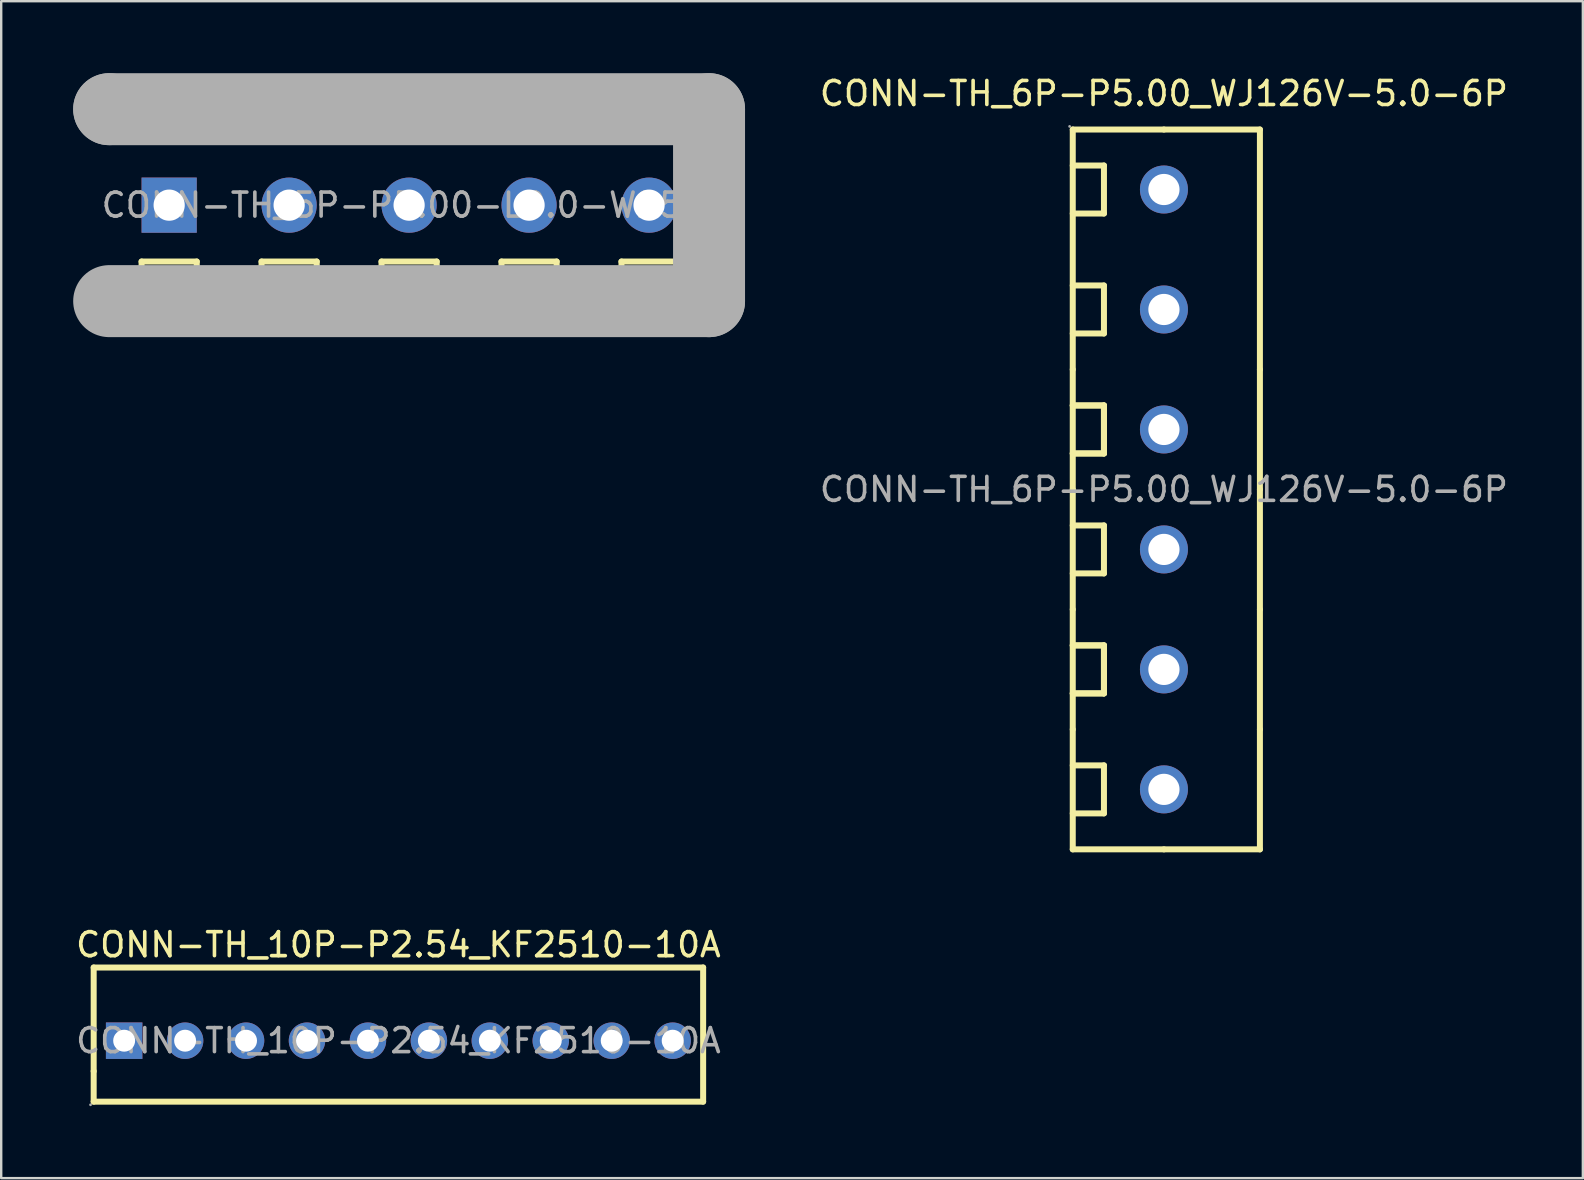
<source format=kicad_pcb>
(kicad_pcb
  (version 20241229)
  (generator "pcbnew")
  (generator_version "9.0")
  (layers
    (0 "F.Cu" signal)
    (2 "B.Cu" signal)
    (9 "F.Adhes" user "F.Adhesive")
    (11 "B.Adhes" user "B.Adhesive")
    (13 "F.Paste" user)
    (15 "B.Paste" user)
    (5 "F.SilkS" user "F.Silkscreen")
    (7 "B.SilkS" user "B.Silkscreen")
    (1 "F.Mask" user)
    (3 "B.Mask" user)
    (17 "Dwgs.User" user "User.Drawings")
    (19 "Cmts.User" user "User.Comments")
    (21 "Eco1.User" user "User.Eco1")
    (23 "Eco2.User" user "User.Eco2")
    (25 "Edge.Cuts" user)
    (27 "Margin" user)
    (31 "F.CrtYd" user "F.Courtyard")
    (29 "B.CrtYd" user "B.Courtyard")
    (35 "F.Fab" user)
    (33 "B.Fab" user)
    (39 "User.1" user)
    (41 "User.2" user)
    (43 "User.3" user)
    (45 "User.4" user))
  (footprint "CONN-TH_10P-P2.54_KF2510-10A"
    (layer "F.Cu")
    (at 13.554 40.322)
    (property "Reference" "CONN-TH_10P-P2.54_KF2510-10A" (at 0 -4 0) (layer "F.SilkS") (effects (font (size 1 1) (thickness 0.15))))
    (attr through_hole)
    (fp_line (start -12.7 -3.05) (end -12.7 1.27) (stroke (width 0.25) (type solid)) (layer "F.SilkS"))
    (fp_line (start -12.7 1.27) (end -12.7 2.54) (stroke (width 0.25) (type solid)) (layer "F.SilkS"))
    (fp_line (start -12.7 2.54) (end 12.7 2.54) (stroke (width 0.25) (type solid)) (layer "F.SilkS"))
    (fp_line (start 12.7 -3.05) (end -12.7 -3.05) (stroke (width 0.25) (type solid)) (layer "F.SilkS"))
    (fp_line (start 12.7 2.54) (end 12.7 -3.05) (stroke (width 0.25) (type solid)) (layer "F.SilkS"))
    (fp_circle (center -12.83 2.67) (end -12.8 2.67) (stroke (width 0.06) (type solid)) (fill no) (layer "F.Fab"))
    (fp_circle (center -11.43 0) (end -11.25 0) (stroke (width 0.36) (type solid)) (fill no) (layer "F.Fab"))
    (fp_circle (center -8.89 0) (end -8.71 0) (stroke (width 0.36) (type solid)) (fill no) (layer "F.Fab"))
    (fp_circle (center -6.35 0) (end -6.17 0) (stroke (width 0.36) (type solid)) (fill no) (layer "F.Fab"))
    (fp_circle (center -3.81 0) (end -3.63 0) (stroke (width 0.36) (type solid)) (fill no) (layer "F.Fab"))
    (fp_circle (center -1.27 0) (end -1.09 0) (stroke (width 0.36) (type solid)) (fill no) (layer "F.Fab"))
    (fp_circle (center 1.27 0) (end 1.45 0) (stroke (width 0.36) (type solid)) (fill no) (layer "F.Fab"))
    (fp_circle (center 3.81 0) (end 3.99 0) (stroke (width 0.36) (type solid)) (fill no) (layer "F.Fab"))
    (fp_circle (center 6.35 0) (end 6.53 0) (stroke (width 0.36) (type solid)) (fill no) (layer "F.Fab"))
    (fp_circle (center 8.89 0) (end 9.07 0) (stroke (width 0.36) (type solid)) (fill no) (layer "F.Fab"))
    (fp_circle (center 11.43 0) (end 11.61 0) (stroke (width 0.36) (type solid)) (fill no) (layer "F.Fab"))
    (fp_text user "${REFERENCE}" (at 0 0 0) (layer "F.Fab") (effects (font (size 1 1) (thickness 0.15))))
    (pad "1" thru_hole rect (at -11.43 0 90) (size 1.52 1.52) (drill 0.914) (layers "*.Cu" "*.Mask"))
    (pad "2" thru_hole circle (at -8.89 0 90) (size 1.52 1.52) (drill 0.914) (layers "*.Cu" "*.Mask"))
    (pad "3" thru_hole circle (at -6.35 0 90) (size 1.52 1.52) (drill 0.914) (layers "*.Cu" "*.Mask"))
    (pad "4" thru_hole circle (at -3.81 0 90) (size 1.52 1.52) (drill 0.914) (layers "*.Cu" "*.Mask"))
    (pad "5" thru_hole circle (at -1.27 0 90) (size 1.52 1.52) (drill 0.914) (layers "*.Cu" "*.Mask"))
    (pad "6" thru_hole circle (at 1.27 0 90) (size 1.52 1.52) (drill 0.914) (layers "*.Cu" "*.Mask"))
    (pad "7" thru_hole circle (at 3.81 0 90) (size 1.52 1.52) (drill 0.914) (layers "*.Cu" "*.Mask"))
    (pad "8" thru_hole circle (at 6.35 0 90) (size 1.52 1.52) (drill 0.914) (layers "*.Cu" "*.Mask"))
    (pad "9" thru_hole circle (at 8.89 0 90) (size 1.52 1.52) (drill 0.914) (layers "*.Cu" "*.Mask"))
    (pad "10" thru_hole circle (at 11.43 0 90) (size 1.52 1.52) (drill 0.914) (layers "*.Cu" "*.Mask")))
  (footprint "CONN-TH_5P-P5.00-L8.0-W25.0"
    (layer "F.Cu")
    (at 14 5.5)
    (property "Reference" "CONN-TH_5P-P5.00-L8.0-W25.0" (at 0 -4 0) (layer "F.SilkS") (effects (font (size 1 1) (thickness 0.15))))
    (attr through_hole)
    (fp_line (start -13 -3.6) (end -13 -2.9) (stroke (width 0.25) (type solid)) (layer "F.SilkS"))
    (fp_line (start -13 -2.9) (end -12.5 -2.9) (stroke (width 0.25) (type solid)) (layer "F.SilkS"))
    (fp_line (start -12.5 -3.6) (end -13 -3.6) (stroke (width 0.25) (type solid)) (layer "F.SilkS"))
    (fp_line (start -12.5 -2.92) (end 12.5 -2.92) (stroke (width 0.25) (type solid)) (layer "F.SilkS"))
    (fp_line (start -11.15 2.35) (end -8.85 2.35) (stroke (width 0.25) (type solid)) (layer "F.SilkS"))
    (fp_line (start -11.15 4) (end -11.15 2.35) (stroke (width 0.25) (type solid)) (layer "F.SilkS"))
    (fp_line (start -8.85 2.35) (end -8.85 3.95) (stroke (width 0.25) (type solid)) (layer "F.SilkS"))
    (fp_line (start -6.15 2.35) (end -3.85 2.35) (stroke (width 0.25) (type solid)) (layer "F.SilkS"))
    (fp_line (start -6.15 4) (end -6.15 2.35) (stroke (width 0.25) (type solid)) (layer "F.SilkS"))
    (fp_line (start -3.85 2.35) (end -3.85 3.95) (stroke (width 0.25) (type solid)) (layer "F.SilkS"))
    (fp_line (start -1.15 2.35) (end 1.15 2.35) (stroke (width 0.25) (type solid)) (layer "F.SilkS"))
    (fp_line (start -1.15 4) (end -1.15 2.35) (stroke (width 0.25) (type solid)) (layer "F.SilkS"))
    (fp_line (start 1.15 2.35) (end 1.15 3.95) (stroke (width 0.25) (type solid)) (layer "F.SilkS"))
    (fp_line (start 3.85 2.35) (end 6.15 2.35) (stroke (width 0.25) (type solid)) (layer "F.SilkS"))
    (fp_line (start 3.85 4) (end 3.85 2.35) (stroke (width 0.25) (type solid)) (layer "F.SilkS"))
    (fp_line (start 6.15 2.35) (end 6.15 3.95) (stroke (width 0.25) (type solid)) (layer "F.SilkS"))
    (fp_line (start 8.85 2.35) (end 11.15 2.35) (stroke (width 0.25) (type solid)) (layer "F.SilkS"))
    (fp_line (start 8.85 4) (end 8.85 2.35) (stroke (width 0.25) (type solid)) (layer "F.SilkS"))
    (fp_line (start 11.15 2.35) (end 11.15 3.95) (stroke (width 0.25) (type solid)) (layer "F.SilkS"))
    (fp_line (start 12.5 1.9) (end 13 1.9) (stroke (width 0.25) (type solid)) (layer "F.SilkS"))
    (fp_line (start 13 1.9) (end 13 2.65) (stroke (width 0.25) (type solid)) (layer "F.SilkS"))
    (fp_line (start 13 2.65) (end 12.5 2.65) (stroke (width 0.25) (type solid)) (layer "F.SilkS"))
    (fp_line (start -12.5 -4) (end -12.5 -4) (stroke (width 3) (type solid)) (layer "F.Fab"))
    (fp_line (start -12.5 -4) (end 12.5 -4) (stroke (width 3) (type solid)) (layer "F.Fab"))
    (fp_line (start 12.5 -4) (end 12.5 4) (stroke (width 3) (type solid)) (layer "F.Fab"))
    (fp_line (start 12.5 4) (end -12.5 4) (stroke (width 3) (type solid)) (layer "F.Fab"))
    (fp_circle (center -12.5 4) (end -12.47 4) (stroke (width 0.06) (type solid)) (fill no) (layer "F.Fab"))
    (fp_text user "${REFERENCE}" (at 0 0 0) (layer "F.Fab") (effects (font (size 1 1) (thickness 0.15))))
    (pad "1" thru_hole rect (at -10 0) (size 2.3 2.3) (drill 1.3) (layers "*.Cu" "*.Mask"))
    (pad "2" thru_hole circle (at -5 0) (size 2.3 2.3) (drill 1.3) (layers "*.Cu" "*.Mask"))
    (pad "3" thru_hole circle (at 0 0) (size 2.3 2.3) (drill 1.3) (layers "*.Cu" "*.Mask"))
    (pad "4" thru_hole circle (at 5 0) (size 2.3 2.3) (drill 1.3) (layers "*.Cu" "*.Mask"))
    (pad "5" thru_hole circle (at 10 0) (size 2.3 2.3) (drill 1.3) (layers "*.Cu" "*.Mask")))
  (footprint "CONN-TH_6P-P5.00_WJ126V-5.0-6P"
    (layer "F.Cu")
    (at 45.458 17.348)
    (property "Reference" "CONN-TH_6P-P5.00_WJ126V-5.0-6P" (at 0 -16.5 0) (layer "F.SilkS") (effects (font (size 1 1) (thickness 0.15))))
    (attr through_hole)
    (fp_line (start -3.8 -15) (end 0 -15) (stroke (width 0.25) (type solid)) (layer "F.SilkS"))
    (fp_line (start -3.8 -11.5) (end -2.5 -11.5) (stroke (width 0.25) (type solid)) (layer "F.SilkS"))
    (fp_line (start -3.8 -6.5) (end -2.5 -6.5) (stroke (width 0.25) (type solid)) (layer "F.SilkS"))
    (fp_line (start -3.8 -5) (end -3.8 -15) (stroke (width 0.25) (type solid)) (layer "F.SilkS"))
    (fp_line (start -3.8 -3.5) (end -2.5 -3.5) (stroke (width 0.25) (type solid)) (layer "F.SilkS"))
    (fp_line (start -3.8 -1.5) (end -2.5 -1.5) (stroke (width 0.25) (type solid)) (layer "F.SilkS"))
    (fp_line (start -3.8 0) (end -3.8 -5) (stroke (width 0.25) (type solid)) (layer "F.SilkS"))
    (fp_line (start -3.8 1.5) (end -2.5 1.5) (stroke (width 0.25) (type solid)) (layer "F.SilkS"))
    (fp_line (start -3.8 5) (end -3.8 0) (stroke (width 0.25) (type solid)) (layer "F.SilkS"))
    (fp_line (start -3.8 6.5) (end -2.5 6.5) (stroke (width 0.25) (type solid)) (layer "F.SilkS"))
    (fp_line (start -3.8 8.5) (end -2.5 8.5) (stroke (width 0.25) (type solid)) (layer "F.SilkS"))
    (fp_line (start -3.8 10) (end -3.8 5) (stroke (width 0.25) (type solid)) (layer "F.SilkS"))
    (fp_line (start -3.8 11.5) (end -2.5 11.5) (stroke (width 0.25) (type solid)) (layer "F.SilkS"))
    (fp_line (start -3.8 15) (end -3.8 10) (stroke (width 0.25) (type solid)) (layer "F.SilkS"))
    (fp_line (start -2.5 -13.5) (end -3.8 -13.5) (stroke (width 0.25) (type solid)) (layer "F.SilkS"))
    (fp_line (start -2.5 -11.5) (end -2.5 -13.5) (stroke (width 0.25) (type solid)) (layer "F.SilkS"))
    (fp_line (start -2.5 -8.5) (end -3.8 -8.5) (stroke (width 0.25) (type solid)) (layer "F.SilkS"))
    (fp_line (start -2.5 -6.5) (end -2.5 -8.5) (stroke (width 0.25) (type solid)) (layer "F.SilkS"))
    (fp_line (start -2.5 -3.5) (end -3.8 -3.5) (stroke (width 0.25) (type solid)) (layer "F.SilkS"))
    (fp_line (start -2.5 -3.5) (end -2.5 -1.5) (stroke (width 0.25) (type solid)) (layer "F.SilkS"))
    (fp_line (start -2.5 -1.5) (end -3.8 -1.5) (stroke (width 0.25) (type solid)) (layer "F.SilkS"))
    (fp_line (start -2.5 -1.5) (end -2.5 -3.5) (stroke (width 0.25) (type solid)) (layer "F.SilkS"))
    (fp_line (start -2.5 1.5) (end -2.5 3.5) (stroke (width 0.25) (type solid)) (layer "F.SilkS"))
    (fp_line (start -2.5 3.5) (end -3.8 3.5) (stroke (width 0.25) (type solid)) (layer "F.SilkS"))
    (fp_line (start -2.5 6.5) (end -3.8 6.5) (stroke (width 0.25) (type solid)) (layer "F.SilkS"))
    (fp_line (start -2.5 6.5) (end -2.5 8.5) (stroke (width 0.25) (type solid)) (layer "F.SilkS"))
    (fp_line (start -2.5 8.5) (end -3.8 8.5) (stroke (width 0.25) (type solid)) (layer "F.SilkS"))
    (fp_line (start -2.5 8.5) (end -2.5 6.5) (stroke (width 0.25) (type solid)) (layer "F.SilkS"))
    (fp_line (start -2.5 11.5) (end -2.5 13.5) (stroke (width 0.25) (type solid)) (layer "F.SilkS"))
    (fp_line (start -2.5 13.5) (end -3.8 13.5) (stroke (width 0.25) (type solid)) (layer "F.SilkS"))
    (fp_line (start 0 -15) (end 4 -15) (stroke (width 0.25) (type solid)) (layer "F.SilkS"))
    (fp_line (start 0 15) (end -3.8 15) (stroke (width 0.25) (type solid)) (layer "F.SilkS"))
    (fp_line (start 4 -15) (end 4 -5) (stroke (width 0.25) (type solid)) (layer "F.SilkS"))
    (fp_line (start 4 -5) (end 4 0) (stroke (width 0.25) (type solid)) (layer "F.SilkS"))
    (fp_line (start 4 0) (end 4 5) (stroke (width 0.25) (type solid)) (layer "F.SilkS"))
    (fp_line (start 4 5) (end 4 10) (stroke (width 0.25) (type solid)) (layer "F.SilkS"))
    (fp_line (start 4 10) (end 4 15) (stroke (width 0.25) (type solid)) (layer "F.SilkS"))
    (fp_line (start 4 15) (end 0 15) (stroke (width 0.25) (type solid)) (layer "F.SilkS"))
    (fp_circle (center -3.93 -15.13) (end -3.9 -15.13) (stroke (width 0.06) (type solid)) (fill no) (layer "F.Fab"))
    (fp_circle (center 0 -12.5) (end 0.28 -12.5) (stroke (width 0.55) (type solid)) (fill no) (layer "F.Fab"))
    (fp_circle (center 0 -7.5) (end 0.28 -7.5) (stroke (width 0.55) (type solid)) (fill no) (layer "F.Fab"))
    (fp_circle (center 0 -2.5) (end 0.28 -2.5) (stroke (width 0.55) (type solid)) (fill no) (layer "F.Fab"))
    (fp_circle (center 0 2.5) (end 0.28 2.5) (stroke (width 0.55) (type solid)) (fill no) (layer "F.Fab"))
    (fp_circle (center 0 7.5) (end 0.28 7.5) (stroke (width 0.55) (type solid)) (fill no) (layer "F.Fab"))
    (fp_circle (center 0 12.5) (end 0.28 12.5) (stroke (width 0.55) (type solid)) (fill no) (layer "F.Fab"))
    (fp_text user "${REFERENCE}" (at 0 0 0) (layer "F.Fab") (effects (font (size 1 1) (thickness 0.15))))
    (pad "1" thru_hole circle (at 0 -12.5 270) (size 2 2) (drill 1.3) (layers "*.Cu" "*.Mask"))
    (pad "2" thru_hole circle (at 0 -7.5 270) (size 2 2) (drill 1.3) (layers "*.Cu" "*.Mask"))
    (pad "3" thru_hole circle (at 0 -2.5 270) (size 2 2) (drill 1.3) (layers "*.Cu" "*.Mask"))
    (pad "4" thru_hole circle (at 0 2.5 270) (size 2 2) (drill 1.3) (layers "*.Cu" "*.Mask"))
    (pad "5" thru_hole circle (at 0 7.5 270) (size 2 2) (drill 1.3) (layers "*.Cu" "*.Mask"))
    (pad "6" thru_hole circle (at 0 12.5 270) (size 2 2) (drill 1.3) (layers "*.Cu" "*.Mask")))
  (gr_rect
    (start -3 -3)
    (end 62.917 46.051)
    (stroke (width 0.1) (type default))
    (fill no)
    (layer "Edge.Cuts")))
</source>
